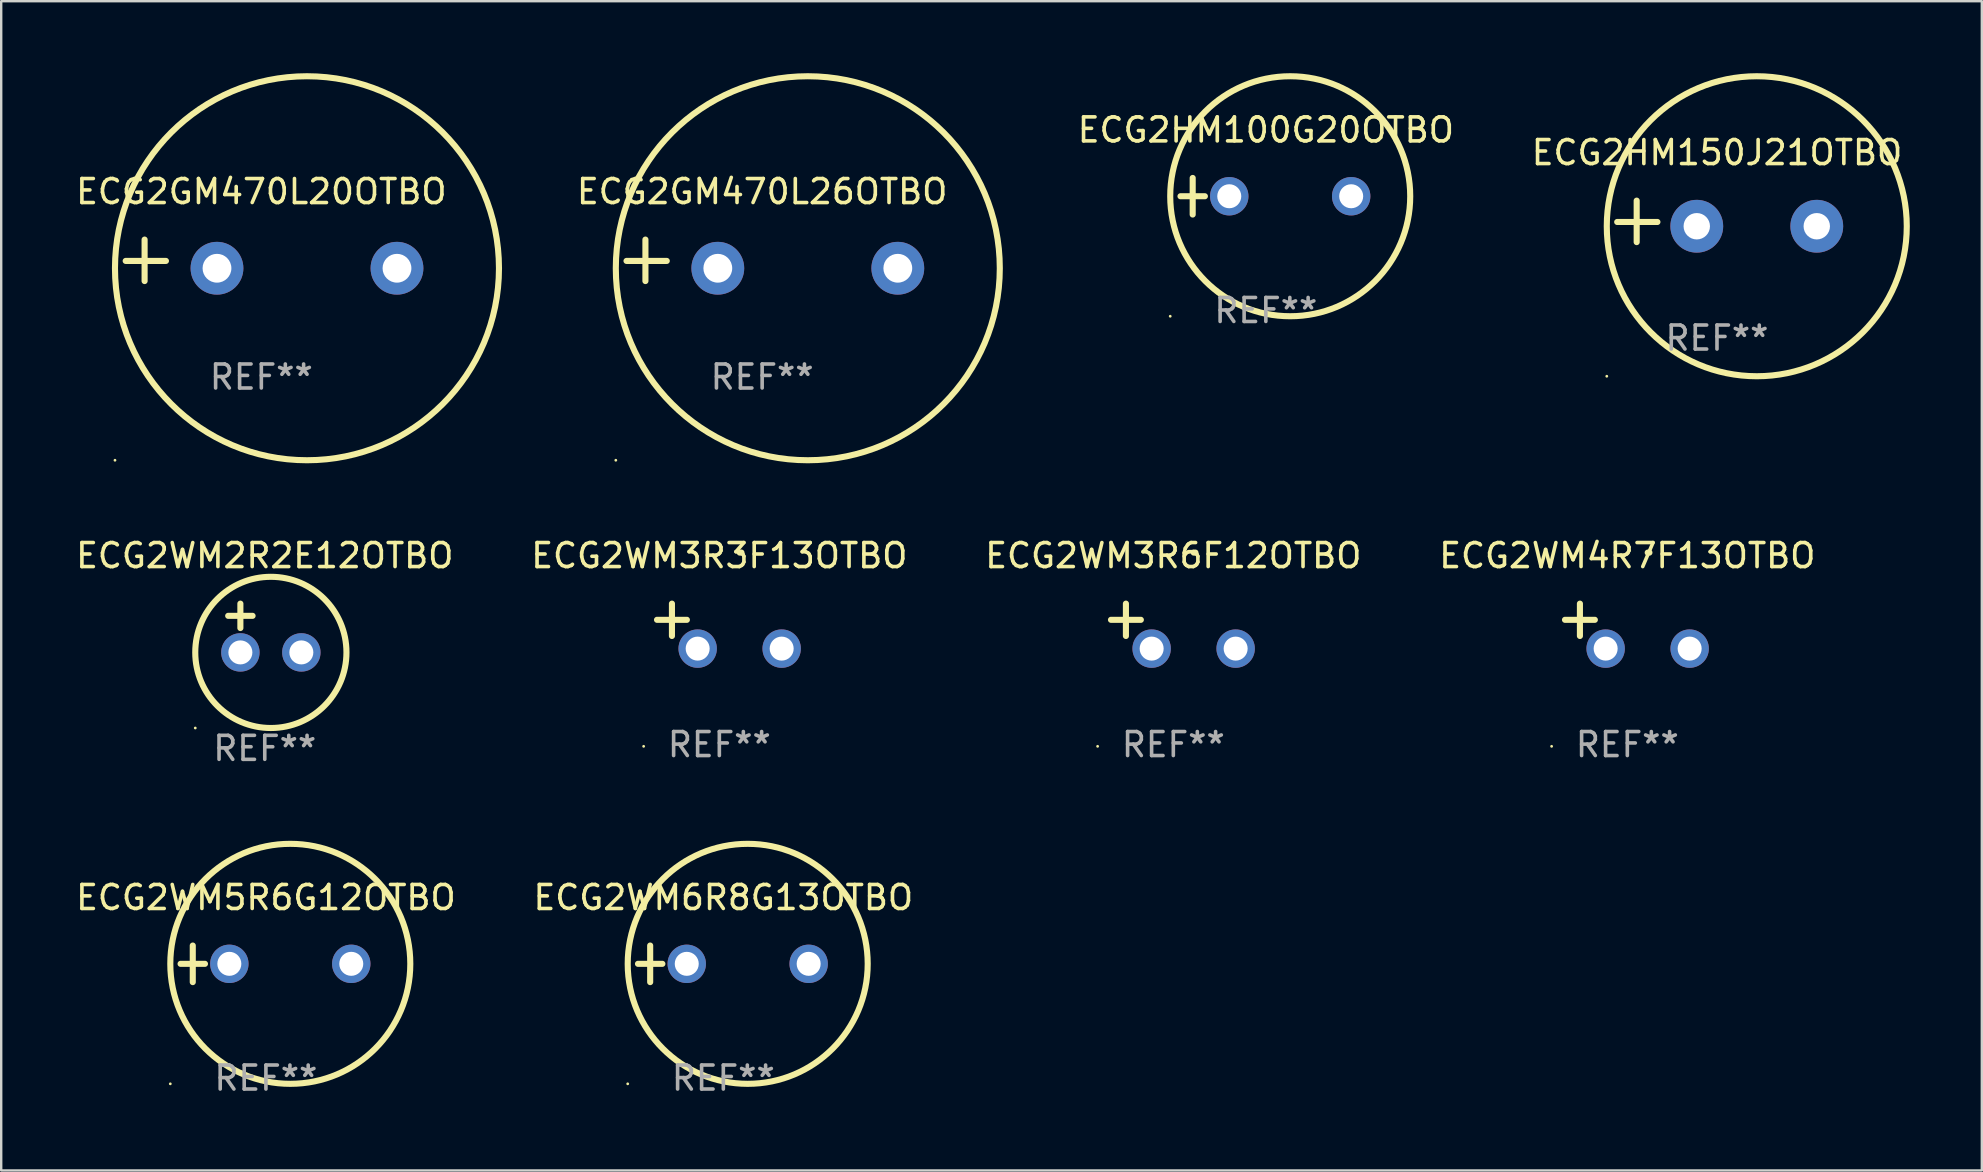
<source format=kicad_pcb>
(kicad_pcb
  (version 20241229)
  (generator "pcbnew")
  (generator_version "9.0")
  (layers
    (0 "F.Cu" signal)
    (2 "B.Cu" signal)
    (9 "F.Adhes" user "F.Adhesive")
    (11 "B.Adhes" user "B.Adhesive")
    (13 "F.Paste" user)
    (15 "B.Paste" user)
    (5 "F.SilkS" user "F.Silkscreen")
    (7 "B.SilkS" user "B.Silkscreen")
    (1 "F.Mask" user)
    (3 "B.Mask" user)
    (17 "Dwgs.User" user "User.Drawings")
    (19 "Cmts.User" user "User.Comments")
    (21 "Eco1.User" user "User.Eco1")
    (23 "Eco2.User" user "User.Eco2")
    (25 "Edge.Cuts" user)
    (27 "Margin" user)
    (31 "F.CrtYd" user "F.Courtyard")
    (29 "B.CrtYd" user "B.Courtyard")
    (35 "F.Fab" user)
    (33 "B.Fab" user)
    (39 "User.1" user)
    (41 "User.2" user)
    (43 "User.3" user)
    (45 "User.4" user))
  (footprint "ECG2HM100G20OTBO"
    (layer "F.Cu")
    (at 49.694 5.127)
    (property "Reference" "ECG2HM100G20OTBO" (at 0 -2.762 0) (layer "F.SilkS") (effects (font (size 1 1) (thickness 0.15))))
    (attr through_hole)
    (fp_line (start -3.556 0) (end -2.54 0) (stroke (width 0.254) (type solid)) (layer "F.SilkS"))
    (fp_line (start -3.048 -0.762) (end -3.048 0.762) (stroke (width 0.254) (type solid)) (layer "F.SilkS"))
    (fp_circle (center -3.984 5) (end -3.954 5) (stroke (width 0.06) (type solid)) (fill no) (layer "F.SilkS"))
    (fp_circle (center 1.016 0) (end 6.016 0) (stroke (width 0.254) (type solid)) (fill no) (layer "F.SilkS"))
    (fp_text user "REF**" (at 0 4.762 0) (layer "F.Fab") (effects (font (size 1 1) (thickness 0.15))))
    (pad "1" thru_hole circle (at -1.524 0) (size 1.6 1.6) (drill 1) (layers "*.Cu" "*.Mask"))
    (pad "2" thru_hole circle (at 3.556 0) (size 1.6 1.6) (drill 1) (layers "*.Cu" "*.Mask")))
  (footprint "ECG2GM470L26OTBO"
    (layer "F.Cu")
    (at 28.707 7.797)
    (property "Reference" "ECG2GM470L26OTBO" (at 0 -2.864 0) (layer "F.SilkS") (effects (font (size 1 1) (thickness 0.15))))
    (attr through_hole)
    (fp_line (start -4.864 0.864) (end -4.864 -0.864) (stroke (width 0.254) (type solid)) (layer "F.SilkS"))
    (fp_line (start -3.975 0.025) (end -5.652 0.025) (stroke (width 0.254) (type solid)) (layer "F.SilkS"))
    (fp_circle (center -6.098 8.33) (end -6.068 8.33) (stroke (width 0.06) (type solid)) (fill no) (layer "F.SilkS"))
    (fp_circle (center 1.902 0.33) (end 9.902 0.33) (stroke (width 0.254) (type solid)) (fill no) (layer "F.SilkS"))
    (fp_text user "REF**" (at 0 4.864 0) (layer "F.Fab") (effects (font (size 1 1) (thickness 0.15))))
    (pad "1" thru_hole circle (at -1.848 0.33) (size 2.2 2.2) (drill 1.2) (layers "*.Cu" "*.Mask"))
    (pad "2" thru_hole circle (at 5.652 0.33) (size 2.2 2.2) (drill 1.2) (layers "*.Cu" "*.Mask")))
  (footprint "ECG2WM4R7F13OTBO"
    (layer "F.Cu")
    (at 64.756 23.039)
    (property "Reference" "ECG2WM4R7F13OTBO" (at 0 -2.937 0) (layer "F.SilkS") (effects (font (size 1 1) (thickness 0.15))))
    (attr through_hole)
    (fp_line (start -1.975 0.41) (end -1.975 -0.937) (stroke (width 0.254) (type solid)) (layer "F.SilkS"))
    (fp_line (start -1.353 -0.263) (end -2.597 -0.263) (stroke (width 0.254) (type solid)) (layer "F.SilkS"))
    (fp_arc (start 0.849809 -3.063957) (mid 0.885369 -3.064114) (end 0.920929 -3.063957) (stroke (width 0.254001) (type solid)) (layer "F.SilkS"))
    (fp_circle (center -3.154 5.008) (end -3.124 5.008) (stroke (width 0.06) (type solid)) (fill no) (layer "F.SilkS"))
    (fp_text user "REF**" (at 0 4.937 0) (layer "F.Fab") (effects (font (size 1 1) (thickness 0.15))))
    (pad "1" thru_hole circle (at -0.903 0.937) (size 1.6 1.6) (drill 1) (layers "*.Cu" "*.Mask"))
    (pad "2" thru_hole circle (at 2.597 0.937) (size 1.6 1.6) (drill 1) (layers "*.Cu" "*.Mask")))
  (footprint "ECG2HM150J21OTBO"
    (layer "F.Cu")
    (at 68.492 6.174)
    (property "Reference" "ECG2HM150J21OTBO" (at 0 -2.864 0) (layer "F.SilkS") (effects (font (size 1 1) (thickness 0.15))))
    (attr through_hole)
    (fp_line (start -3.346 0.864) (end -3.346 -0.864) (stroke (width 0.254) (type solid)) (layer "F.SilkS"))
    (fp_line (start -2.482 0.025) (end -4.158 0.025) (stroke (width 0.254) (type solid)) (layer "F.SilkS"))
    (fp_circle (center -4.592 6.453) (end -4.562 6.453) (stroke (width 0.06) (type solid)) (fill no) (layer "F.SilkS"))
    (fp_circle (center 1.658 0.203) (end 7.908 0.203) (stroke (width 0.254) (type solid)) (fill no) (layer "F.SilkS"))
    (fp_text user "REF**" (at 0 4.864 0) (layer "F.Fab") (effects (font (size 1 1) (thickness 0.15))))
    (pad "1" thru_hole circle (at -0.842 0.203) (size 2.2 2.2) (drill 1.1) (layers "*.Cu" "*.Mask"))
    (pad "2" thru_hole circle (at 4.158 0.203) (size 2.2 2.2) (drill 1.1) (layers "*.Cu" "*.Mask")))
  (footprint "ECG2WM3R6F12OTBO"
    (layer "F.Cu")
    (at 45.839 23.039)
    (property "Reference" "ECG2WM3R6F12OTBO" (at 0 -2.937 0) (layer "F.SilkS") (effects (font (size 1 1) (thickness 0.15))))
    (attr through_hole)
    (fp_line (start -1.975 0.41) (end -1.975 -0.937) (stroke (width 0.254) (type solid)) (layer "F.SilkS"))
    (fp_line (start -1.353 -0.263) (end -2.597 -0.263) (stroke (width 0.254) (type solid)) (layer "F.SilkS"))
    (fp_arc (start 0.849809 -3.063957) (mid 0.885369 -3.064114) (end 0.920929 -3.063957) (stroke (width 0.254001) (type solid)) (layer "F.SilkS"))
    (fp_circle (center -3.154 5.008) (end -3.124 5.008) (stroke (width 0.06) (type solid)) (fill no) (layer "F.SilkS"))
    (fp_text user "REF**" (at 0 4.937 0) (layer "F.Fab") (effects (font (size 1 1) (thickness 0.15))))
    (pad "1" thru_hole circle (at -0.903 0.937) (size 1.6 1.6) (drill 1) (layers "*.Cu" "*.Mask"))
    (pad "2" thru_hole circle (at 2.597 0.937) (size 1.6 1.6) (drill 1) (layers "*.Cu" "*.Mask")))
  (footprint "ECG2WM2R2E12OTBO"
    (layer "F.Cu")
    (at 7.982 23.118)
    (property "Reference" "ECG2WM2R2E12OTBO" (at 0 -3.016 0) (layer "F.SilkS") (effects (font (size 1 1) (thickness 0.15))))
    (attr through_hole)
    (fp_line (start -1.524 -0.508) (end -0.508 -0.508) (stroke (width 0.254) (type solid)) (layer "F.SilkS"))
    (fp_line (start -1.016 -1.016) (end -1.016 0) (stroke (width 0.254) (type solid)) (layer "F.SilkS"))
    (fp_circle (center -2.896 4.166) (end -2.866 4.166) (stroke (width 0.06) (type solid)) (fill no) (layer "F.SilkS"))
    (fp_circle (center 0.254 1.016) (end 3.404 1.016) (stroke (width 0.254) (type solid)) (fill no) (layer "F.SilkS"))
    (fp_text user "REF**" (at 0 5.016 0) (layer "F.Fab") (effects (font (size 1 1) (thickness 0.15))))
    (pad "1" thru_hole circle (at -1.016 1.016) (size 1.6 1.6) (drill 1) (layers "*.Cu" "*.Mask"))
    (pad "2" thru_hole circle (at 1.524 1.016) (size 1.6 1.6) (drill 1) (layers "*.Cu" "*.Mask")))
  (footprint "ECG2WM6R8G13OTBO"
    (layer "F.Cu")
    (at 27.089 37.11)
    (property "Reference" "ECG2WM6R8G13OTBO" (at 0 -2.762 0) (layer "F.SilkS") (effects (font (size 1 1) (thickness 0.15))))
    (attr through_hole)
    (fp_line (start -3.556 0) (end -2.54 0) (stroke (width 0.254) (type solid)) (layer "F.SilkS"))
    (fp_line (start -3.048 -0.762) (end -3.048 0.762) (stroke (width 0.254) (type solid)) (layer "F.SilkS"))
    (fp_circle (center -3.984 5) (end -3.954 5) (stroke (width 0.06) (type solid)) (fill no) (layer "F.SilkS"))
    (fp_circle (center 1.016 0) (end 6.016 0) (stroke (width 0.254) (type solid)) (fill no) (layer "F.SilkS"))
    (fp_text user "REF**" (at 0 4.762 0) (layer "F.Fab") (effects (font (size 1 1) (thickness 0.15))))
    (pad "1" thru_hole circle (at -1.524 0) (size 1.6 1.6) (drill 1) (layers "*.Cu" "*.Mask"))
    (pad "2" thru_hole circle (at 3.556 0) (size 1.6 1.6) (drill 1) (layers "*.Cu" "*.Mask")))
  (footprint "ECG2WM3R3F13OTBO"
    (layer "F.Cu")
    (at 26.923 23.039)
    (property "Reference" "ECG2WM3R3F13OTBO" (at 0 -2.937 0) (layer "F.SilkS") (effects (font (size 1 1) (thickness 0.15))))
    (attr through_hole)
    (fp_line (start -1.975 0.41) (end -1.975 -0.937) (stroke (width 0.254) (type solid)) (layer "F.SilkS"))
    (fp_line (start -1.353 -0.263) (end -2.597 -0.263) (stroke (width 0.254) (type solid)) (layer "F.SilkS"))
    (fp_arc (start 0.849809 -3.063957) (mid 0.885369 -3.064114) (end 0.920929 -3.063957) (stroke (width 0.254001) (type solid)) (layer "F.SilkS"))
    (fp_circle (center -3.154 5.008) (end -3.124 5.008) (stroke (width 0.06) (type solid)) (fill no) (layer "F.SilkS"))
    (fp_text user "REF**" (at 0 4.937 0) (layer "F.Fab") (effects (font (size 1 1) (thickness 0.15))))
    (pad "1" thru_hole circle (at -0.903 0.937) (size 1.6 1.6) (drill 1) (layers "*.Cu" "*.Mask"))
    (pad "2" thru_hole circle (at 2.597 0.937) (size 1.6 1.6) (drill 1) (layers "*.Cu" "*.Mask")))
  (footprint "ECG2WM5R6G12OTBO"
    (layer "F.Cu")
    (at 8.03 37.11)
    (property "Reference" "ECG2WM5R6G12OTBO" (at 0 -2.762 0) (layer "F.SilkS") (effects (font (size 1 1) (thickness 0.15))))
    (attr through_hole)
    (fp_line (start -3.556 0) (end -2.54 0) (stroke (width 0.254) (type solid)) (layer "F.SilkS"))
    (fp_line (start -3.048 -0.762) (end -3.048 0.762) (stroke (width 0.254) (type solid)) (layer "F.SilkS"))
    (fp_circle (center -3.984 5) (end -3.954 5) (stroke (width 0.06) (type solid)) (fill no) (layer "F.SilkS"))
    (fp_circle (center 1.016 0) (end 6.016 0) (stroke (width 0.254) (type solid)) (fill no) (layer "F.SilkS"))
    (fp_text user "REF**" (at 0 4.762 0) (layer "F.Fab") (effects (font (size 1 1) (thickness 0.15))))
    (pad "1" thru_hole circle (at -1.524 0) (size 1.6 1.6) (drill 1) (layers "*.Cu" "*.Mask"))
    (pad "2" thru_hole circle (at 3.556 0) (size 1.6 1.6) (drill 1) (layers "*.Cu" "*.Mask")))
  (footprint "ECG2GM470L20OTBO"
    (layer "F.Cu")
    (at 7.839 7.797)
    (property "Reference" "ECG2GM470L20OTBO" (at 0 -2.864 0) (layer "F.SilkS") (effects (font (size 1 1) (thickness 0.15))))
    (attr through_hole)
    (fp_line (start -4.864 0.864) (end -4.864 -0.864) (stroke (width 0.254) (type solid)) (layer "F.SilkS"))
    (fp_line (start -3.975 0.025) (end -5.652 0.025) (stroke (width 0.254) (type solid)) (layer "F.SilkS"))
    (fp_circle (center -6.098 8.33) (end -6.068 8.33) (stroke (width 0.06) (type solid)) (fill no) (layer "F.SilkS"))
    (fp_circle (center 1.902 0.33) (end 9.902 0.33) (stroke (width 0.254) (type solid)) (fill no) (layer "F.SilkS"))
    (fp_text user "REF**" (at 0 4.864 0) (layer "F.Fab") (effects (font (size 1 1) (thickness 0.15))))
    (pad "1" thru_hole circle (at -1.848 0.33) (size 2.2 2.2) (drill 1.2) (layers "*.Cu" "*.Mask"))
    (pad "2" thru_hole circle (at 5.652 0.33) (size 2.2 2.2) (drill 1.2) (layers "*.Cu" "*.Mask")))
  (gr_rect
    (start -3 -3)
    (end 79.527 45.72)
    (stroke (width 0.1) (type default))
    (fill no)
    (layer "Edge.Cuts")))
</source>
